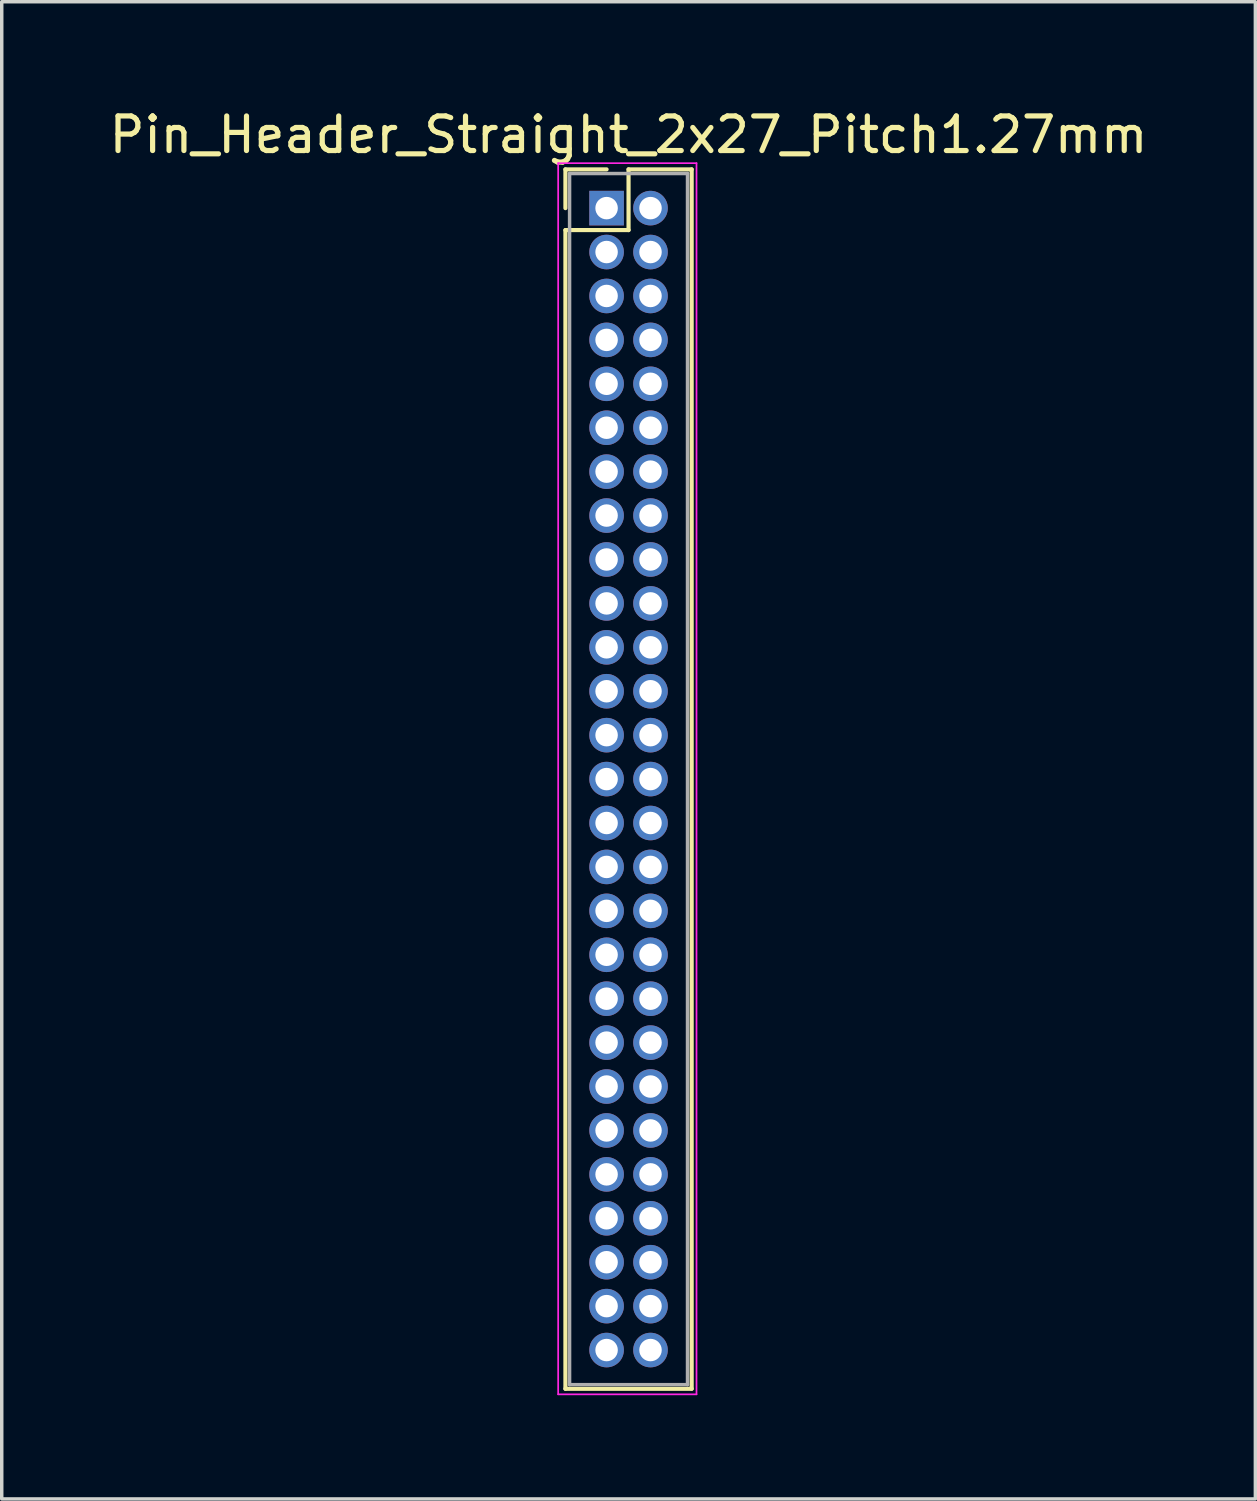
<source format=kicad_pcb>
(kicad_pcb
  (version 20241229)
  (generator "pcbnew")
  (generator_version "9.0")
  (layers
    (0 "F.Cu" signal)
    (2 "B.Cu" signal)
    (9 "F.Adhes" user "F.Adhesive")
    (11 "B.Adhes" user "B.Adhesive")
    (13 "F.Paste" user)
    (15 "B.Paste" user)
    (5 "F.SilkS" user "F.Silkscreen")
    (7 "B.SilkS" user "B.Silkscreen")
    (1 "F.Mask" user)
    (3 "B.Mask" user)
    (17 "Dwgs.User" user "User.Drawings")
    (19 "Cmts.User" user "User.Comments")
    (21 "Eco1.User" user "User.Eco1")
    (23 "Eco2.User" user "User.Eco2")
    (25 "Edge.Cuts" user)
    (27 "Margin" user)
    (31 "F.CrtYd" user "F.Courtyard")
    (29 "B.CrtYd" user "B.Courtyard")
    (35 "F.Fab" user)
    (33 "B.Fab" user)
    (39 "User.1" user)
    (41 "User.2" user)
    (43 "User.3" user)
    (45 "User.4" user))
  (footprint "Pin_Header_Straight_2x27_Pitch1.27mm"
    (layer "F.Cu")
    (at 14.49 2.968)
    (property "Reference" "Pin_Header_Straight_2x27_Pitch1.27mm" (at 0.635 -2.12 0) (layer "F.SilkS") (effects (font (size 1 1) (thickness 0.15))))
    (attr through_hole)
    (fp_line (start -1.19 -1.12) (end 0 -1.12) (stroke (width 0.12) (type solid)) (layer "F.SilkS"))
    (fp_line (start -1.19 0) (end -1.19 -1.12) (stroke (width 0.12) (type solid)) (layer "F.SilkS"))
    (fp_line (start -1.19 0.635) (end -1.19 34.14) (stroke (width 0.12) (type solid)) (layer "F.SilkS"))
    (fp_line (start -1.19 34.14) (end 2.46 34.14) (stroke (width 0.12) (type solid)) (layer "F.SilkS"))
    (fp_line (start 0.635 -1.12) (end 0.635 0.635) (stroke (width 0.12) (type solid)) (layer "F.SilkS"))
    (fp_line (start 0.635 0.635) (end -1.19 0.635) (stroke (width 0.12) (type solid)) (layer "F.SilkS"))
    (fp_line (start 2.46 -1.12) (end 0.635 -1.12) (stroke (width 0.12) (type solid)) (layer "F.SilkS"))
    (fp_line (start 2.46 34.14) (end 2.46 -1.12) (stroke (width 0.12) (type solid)) (layer "F.SilkS"))
    (fp_line (start -1.4 -1.3) (end -1.4 34.3) (stroke (width 0.05) (type solid)) (layer "F.CrtYd"))
    (fp_line (start -1.4 34.3) (end 2.6 34.3) (stroke (width 0.05) (type solid)) (layer "F.CrtYd"))
    (fp_line (start 2.6 -1.3) (end -1.4 -1.3) (stroke (width 0.05) (type solid)) (layer "F.CrtYd"))
    (fp_line (start 2.6 34.3) (end 2.6 -1.3) (stroke (width 0.05) (type solid)) (layer "F.CrtYd"))
    (fp_line (start -1.07 -1) (end -1.07 34.02) (stroke (width 0.1) (type solid)) (layer "F.Fab"))
    (fp_line (start -1.07 34.02) (end 2.34 34.02) (stroke (width 0.1) (type solid)) (layer "F.Fab"))
    (fp_line (start 2.34 -1) (end -1.07 -1) (stroke (width 0.1) (type solid)) (layer "F.Fab"))
    (fp_line (start 2.34 34.02) (end 2.34 -1) (stroke (width 0.1) (type solid)) (layer "F.Fab"))
    (pad "1" thru_hole rect (at 0 0) (size 1 1) (drill 0.65) (layers "*.Cu" "*.Mask"))
    (pad "2" thru_hole oval (at 1.27 0) (size 1 1) (drill 0.65) (layers "*.Cu" "*.Mask"))
    (pad "3" thru_hole oval (at 0 1.27) (size 1 1) (drill 0.65) (layers "*.Cu" "*.Mask"))
    (pad "4" thru_hole oval (at 1.27 1.27) (size 1 1) (drill 0.65) (layers "*.Cu" "*.Mask"))
    (pad "5" thru_hole oval (at 0 2.54) (size 1 1) (drill 0.65) (layers "*.Cu" "*.Mask"))
    (pad "6" thru_hole oval (at 1.27 2.54) (size 1 1) (drill 0.65) (layers "*.Cu" "*.Mask"))
    (pad "7" thru_hole oval (at 0 3.81) (size 1 1) (drill 0.65) (layers "*.Cu" "*.Mask"))
    (pad "8" thru_hole oval (at 1.27 3.81) (size 1 1) (drill 0.65) (layers "*.Cu" "*.Mask"))
    (pad "9" thru_hole oval (at 0 5.08) (size 1 1) (drill 0.65) (layers "*.Cu" "*.Mask"))
    (pad "10" thru_hole oval (at 1.27 5.08) (size 1 1) (drill 0.65) (layers "*.Cu" "*.Mask"))
    (pad "11" thru_hole oval (at 0 6.35) (size 1 1) (drill 0.65) (layers "*.Cu" "*.Mask"))
    (pad "12" thru_hole oval (at 1.27 6.35) (size 1 1) (drill 0.65) (layers "*.Cu" "*.Mask"))
    (pad "13" thru_hole oval (at 0 7.62) (size 1 1) (drill 0.65) (layers "*.Cu" "*.Mask"))
    (pad "14" thru_hole oval (at 1.27 7.62) (size 1 1) (drill 0.65) (layers "*.Cu" "*.Mask"))
    (pad "15" thru_hole oval (at 0 8.89) (size 1 1) (drill 0.65) (layers "*.Cu" "*.Mask"))
    (pad "16" thru_hole oval (at 1.27 8.89) (size 1 1) (drill 0.65) (layers "*.Cu" "*.Mask"))
    (pad "17" thru_hole oval (at 0 10.16) (size 1 1) (drill 0.65) (layers "*.Cu" "*.Mask"))
    (pad "18" thru_hole oval (at 1.27 10.16) (size 1 1) (drill 0.65) (layers "*.Cu" "*.Mask"))
    (pad "19" thru_hole oval (at 0 11.43) (size 1 1) (drill 0.65) (layers "*.Cu" "*.Mask"))
    (pad "20" thru_hole oval (at 1.27 11.43) (size 1 1) (drill 0.65) (layers "*.Cu" "*.Mask"))
    (pad "21" thru_hole oval (at 0 12.7) (size 1 1) (drill 0.65) (layers "*.Cu" "*.Mask"))
    (pad "22" thru_hole oval (at 1.27 12.7) (size 1 1) (drill 0.65) (layers "*.Cu" "*.Mask"))
    (pad "23" thru_hole oval (at 0 13.97) (size 1 1) (drill 0.65) (layers "*.Cu" "*.Mask"))
    (pad "24" thru_hole oval (at 1.27 13.97) (size 1 1) (drill 0.65) (layers "*.Cu" "*.Mask"))
    (pad "25" thru_hole oval (at 0 15.24) (size 1 1) (drill 0.65) (layers "*.Cu" "*.Mask"))
    (pad "26" thru_hole oval (at 1.27 15.24) (size 1 1) (drill 0.65) (layers "*.Cu" "*.Mask"))
    (pad "27" thru_hole oval (at 0 16.51) (size 1 1) (drill 0.65) (layers "*.Cu" "*.Mask"))
    (pad "28" thru_hole oval (at 1.27 16.51) (size 1 1) (drill 0.65) (layers "*.Cu" "*.Mask"))
    (pad "29" thru_hole oval (at 0 17.78) (size 1 1) (drill 0.65) (layers "*.Cu" "*.Mask"))
    (pad "30" thru_hole oval (at 1.27 17.78) (size 1 1) (drill 0.65) (layers "*.Cu" "*.Mask"))
    (pad "31" thru_hole oval (at 0 19.05) (size 1 1) (drill 0.65) (layers "*.Cu" "*.Mask"))
    (pad "32" thru_hole oval (at 1.27 19.05) (size 1 1) (drill 0.65) (layers "*.Cu" "*.Mask"))
    (pad "33" thru_hole oval (at 0 20.32) (size 1 1) (drill 0.65) (layers "*.Cu" "*.Mask"))
    (pad "34" thru_hole oval (at 1.27 20.32) (size 1 1) (drill 0.65) (layers "*.Cu" "*.Mask"))
    (pad "35" thru_hole oval (at 0 21.59) (size 1 1) (drill 0.65) (layers "*.Cu" "*.Mask"))
    (pad "36" thru_hole oval (at 1.27 21.59) (size 1 1) (drill 0.65) (layers "*.Cu" "*.Mask"))
    (pad "37" thru_hole oval (at 0 22.86) (size 1 1) (drill 0.65) (layers "*.Cu" "*.Mask"))
    (pad "38" thru_hole oval (at 1.27 22.86) (size 1 1) (drill 0.65) (layers "*.Cu" "*.Mask"))
    (pad "39" thru_hole oval (at 0 24.13) (size 1 1) (drill 0.65) (layers "*.Cu" "*.Mask"))
    (pad "40" thru_hole oval (at 1.27 24.13) (size 1 1) (drill 0.65) (layers "*.Cu" "*.Mask"))
    (pad "41" thru_hole oval (at 0 25.4) (size 1 1) (drill 0.65) (layers "*.Cu" "*.Mask"))
    (pad "42" thru_hole oval (at 1.27 25.4) (size 1 1) (drill 0.65) (layers "*.Cu" "*.Mask"))
    (pad "43" thru_hole oval (at 0 26.67) (size 1 1) (drill 0.65) (layers "*.Cu" "*.Mask"))
    (pad "44" thru_hole oval (at 1.27 26.67) (size 1 1) (drill 0.65) (layers "*.Cu" "*.Mask"))
    (pad "45" thru_hole oval (at 0 27.94) (size 1 1) (drill 0.65) (layers "*.Cu" "*.Mask"))
    (pad "46" thru_hole oval (at 1.27 27.94) (size 1 1) (drill 0.65) (layers "*.Cu" "*.Mask"))
    (pad "47" thru_hole oval (at 0 29.21) (size 1 1) (drill 0.65) (layers "*.Cu" "*.Mask"))
    (pad "48" thru_hole oval (at 1.27 29.21) (size 1 1) (drill 0.65) (layers "*.Cu" "*.Mask"))
    (pad "49" thru_hole oval (at 0 30.48) (size 1 1) (drill 0.65) (layers "*.Cu" "*.Mask"))
    (pad "50" thru_hole oval (at 1.27 30.48) (size 1 1) (drill 0.65) (layers "*.Cu" "*.Mask"))
    (pad "51" thru_hole oval (at 0 31.75) (size 1 1) (drill 0.65) (layers "*.Cu" "*.Mask"))
    (pad "52" thru_hole oval (at 1.27 31.75) (size 1 1) (drill 0.65) (layers "*.Cu" "*.Mask"))
    (pad "53" thru_hole oval (at 0 33.02) (size 1 1) (drill 0.65) (layers "*.Cu" "*.Mask"))
    (pad "54" thru_hole oval (at 1.27 33.02) (size 1 1) (drill 0.65) (layers "*.Cu" "*.Mask")))
  (gr_rect
    (start -3 -3)
    (end 33.25 40.293)
    (stroke (width 0.1) (type default))
    (fill no)
    (layer "Edge.Cuts")))
</source>
